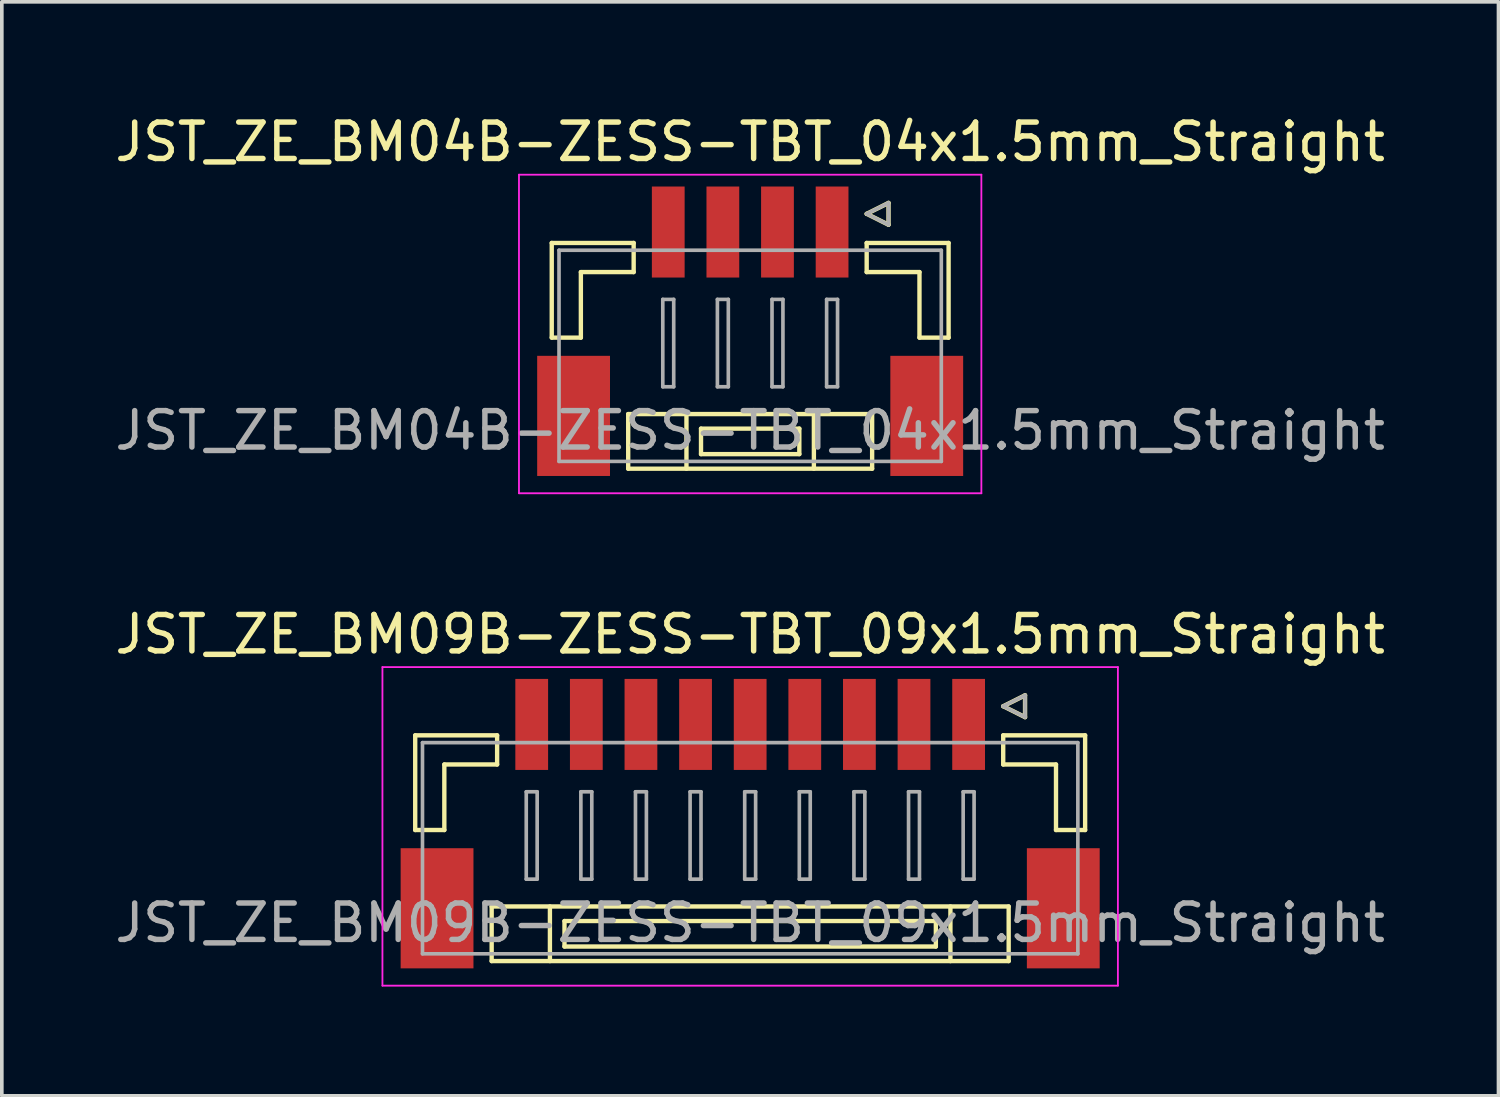
<source format=kicad_pcb>
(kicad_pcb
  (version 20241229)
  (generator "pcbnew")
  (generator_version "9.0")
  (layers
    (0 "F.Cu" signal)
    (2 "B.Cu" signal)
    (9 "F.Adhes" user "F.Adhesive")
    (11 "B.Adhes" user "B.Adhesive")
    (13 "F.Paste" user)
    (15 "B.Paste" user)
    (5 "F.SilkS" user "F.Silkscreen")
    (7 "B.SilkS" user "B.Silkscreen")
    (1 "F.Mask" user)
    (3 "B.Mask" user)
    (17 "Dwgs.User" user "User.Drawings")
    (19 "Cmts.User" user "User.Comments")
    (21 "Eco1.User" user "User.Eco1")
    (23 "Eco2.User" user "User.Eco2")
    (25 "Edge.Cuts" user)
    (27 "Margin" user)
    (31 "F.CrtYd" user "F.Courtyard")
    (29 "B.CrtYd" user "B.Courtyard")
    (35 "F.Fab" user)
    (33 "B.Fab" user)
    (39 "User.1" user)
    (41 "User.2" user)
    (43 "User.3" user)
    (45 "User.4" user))
  (footprint "JST_ZE_BM04B-ZESS-TBT_04x1.5mm_Straight"
    (layer "F.Cu")
    (at 17.554 5.848)
    (property "Reference" "JST_ZE_BM04B-ZESS-TBT_04x1.5mm_Straight" (at 0 -5 0) (layer "F.SilkS") (effects (font (size 1 1) (thickness 0.15))))
    (attr smd)
    (fp_line (start -5.45 -2.225) (end -5.45 0.375) (stroke (width 0.12) (type solid)) (layer "F.SilkS"))
    (fp_line (start -5.45 0.375) (end -4.65 0.375) (stroke (width 0.12) (type solid)) (layer "F.SilkS"))
    (fp_line (start -4.65 -1.425) (end -3.2 -1.425) (stroke (width 0.12) (type solid)) (layer "F.SilkS"))
    (fp_line (start -4.65 0.375) (end -4.65 -1.425) (stroke (width 0.12) (type solid)) (layer "F.SilkS"))
    (fp_line (start -3.35 2.475) (end -3.35 3.975) (stroke (width 0.12) (type solid)) (layer "F.SilkS"))
    (fp_line (start -3.35 3.975) (end 3.35 3.975) (stroke (width 0.12) (type solid)) (layer "F.SilkS"))
    (fp_line (start -3.2 -2.225) (end -5.45 -2.225) (stroke (width 0.12) (type solid)) (layer "F.SilkS"))
    (fp_line (start -3.2 -1.425) (end -3.2 -2.225) (stroke (width 0.12) (type solid)) (layer "F.SilkS"))
    (fp_line (start -1.75 2.475) (end -1.75 3.975) (stroke (width 0.12) (type solid)) (layer "F.SilkS"))
    (fp_line (start -1.35 2.875) (end -1.35 3.575) (stroke (width 0.12) (type solid)) (layer "F.SilkS"))
    (fp_line (start -1.35 3.575) (end 1.35 3.575) (stroke (width 0.12) (type solid)) (layer "F.SilkS"))
    (fp_line (start 1.35 2.875) (end -1.35 2.875) (stroke (width 0.12) (type solid)) (layer "F.SilkS"))
    (fp_line (start 1.35 3.575) (end 1.35 2.875) (stroke (width 0.12) (type solid)) (layer "F.SilkS"))
    (fp_line (start 1.75 2.475) (end 1.75 3.975) (stroke (width 0.12) (type solid)) (layer "F.SilkS"))
    (fp_line (start 3.2 -3.025) (end 3.8 -3.325) (stroke (width 0.12) (type solid)) (layer "F.SilkS"))
    (fp_line (start 3.2 -2.225) (end 5.45 -2.225) (stroke (width 0.12) (type solid)) (layer "F.SilkS"))
    (fp_line (start 3.2 -1.425) (end 3.2 -2.225) (stroke (width 0.12) (type solid)) (layer "F.SilkS"))
    (fp_line (start 3.35 2.475) (end -3.35 2.475) (stroke (width 0.12) (type solid)) (layer "F.SilkS"))
    (fp_line (start 3.35 3.975) (end 3.35 2.475) (stroke (width 0.12) (type solid)) (layer "F.SilkS"))
    (fp_line (start 3.8 -3.325) (end 3.8 -2.725) (stroke (width 0.12) (type solid)) (layer "F.SilkS"))
    (fp_line (start 3.8 -2.725) (end 3.2 -3.025) (stroke (width 0.12) (type solid)) (layer "F.SilkS"))
    (fp_line (start 4.65 -1.425) (end 3.2 -1.425) (stroke (width 0.12) (type solid)) (layer "F.SilkS"))
    (fp_line (start 4.65 0.375) (end 4.65 -1.425) (stroke (width 0.12) (type solid)) (layer "F.SilkS"))
    (fp_line (start 5.45 -2.225) (end 5.45 0.375) (stroke (width 0.12) (type solid)) (layer "F.SilkS"))
    (fp_line (start 5.45 0.375) (end 4.65 0.375) (stroke (width 0.12) (type solid)) (layer "F.SilkS"))
    (fp_line (start -6.35 -4.1) (end -6.35 4.65) (stroke (width 0.05) (type solid)) (layer "F.CrtYd"))
    (fp_line (start -6.35 4.65) (end 6.35 4.65) (stroke (width 0.05) (type solid)) (layer "F.CrtYd"))
    (fp_line (start 6.35 -4.1) (end -6.35 -4.1) (stroke (width 0.05) (type solid)) (layer "F.CrtYd"))
    (fp_line (start 6.35 4.65) (end 6.35 -4.1) (stroke (width 0.05) (type solid)) (layer "F.CrtYd"))
    (fp_line (start -5.25 -2.025) (end -5.25 3.775) (stroke (width 0.1) (type solid)) (layer "F.Fab"))
    (fp_line (start -5.25 3.775) (end 5.25 3.775) (stroke (width 0.1) (type solid)) (layer "F.Fab"))
    (fp_line (start -2.4 -0.675) (end -2.4 1.725) (stroke (width 0.1) (type solid)) (layer "F.Fab"))
    (fp_line (start -2.4 1.725) (end -2.1 1.725) (stroke (width 0.1) (type solid)) (layer "F.Fab"))
    (fp_line (start -2.1 -0.675) (end -2.4 -0.675) (stroke (width 0.1) (type solid)) (layer "F.Fab"))
    (fp_line (start -2.1 1.725) (end -2.1 -0.675) (stroke (width 0.1) (type solid)) (layer "F.Fab"))
    (fp_line (start -0.9 -0.675) (end -0.9 1.725) (stroke (width 0.1) (type solid)) (layer "F.Fab"))
    (fp_line (start -0.9 1.725) (end -0.6 1.725) (stroke (width 0.1) (type solid)) (layer "F.Fab"))
    (fp_line (start -0.6 -0.675) (end -0.9 -0.675) (stroke (width 0.1) (type solid)) (layer "F.Fab"))
    (fp_line (start -0.6 1.725) (end -0.6 -0.675) (stroke (width 0.1) (type solid)) (layer "F.Fab"))
    (fp_line (start 0.6 -0.675) (end 0.6 1.725) (stroke (width 0.1) (type solid)) (layer "F.Fab"))
    (fp_line (start 0.6 1.725) (end 0.9 1.725) (stroke (width 0.1) (type solid)) (layer "F.Fab"))
    (fp_line (start 0.9 -0.675) (end 0.6 -0.675) (stroke (width 0.1) (type solid)) (layer "F.Fab"))
    (fp_line (start 0.9 1.725) (end 0.9 -0.675) (stroke (width 0.1) (type solid)) (layer "F.Fab"))
    (fp_line (start 2.1 -0.675) (end 2.1 1.725) (stroke (width 0.1) (type solid)) (layer "F.Fab"))
    (fp_line (start 2.1 1.725) (end 2.4 1.725) (stroke (width 0.1) (type solid)) (layer "F.Fab"))
    (fp_line (start 2.4 -0.675) (end 2.1 -0.675) (stroke (width 0.1) (type solid)) (layer "F.Fab"))
    (fp_line (start 2.4 1.725) (end 2.4 -0.675) (stroke (width 0.1) (type solid)) (layer "F.Fab"))
    (fp_line (start 3.2 -3.025) (end 3.8 -3.325) (stroke (width 0.1) (type solid)) (layer "F.Fab"))
    (fp_line (start 3.8 -3.325) (end 3.8 -2.725) (stroke (width 0.1) (type solid)) (layer "F.Fab"))
    (fp_line (start 3.8 -2.725) (end 3.2 -3.025) (stroke (width 0.1) (type solid)) (layer "F.Fab"))
    (fp_line (start 5.25 -2.025) (end -5.25 -2.025) (stroke (width 0.1) (type solid)) (layer "F.Fab"))
    (fp_line (start 5.25 3.775) (end 5.25 -2.025) (stroke (width 0.1) (type solid)) (layer "F.Fab"))
    (fp_text user "${REFERENCE}" (at 0 2.925 0) (layer "F.Fab") (effects (font (size 1 1) (thickness 0.15))))
    (pad "" smd rect (at -4.85 2.525) (size 2 3.3) (layers "F.Cu" "F.Mask" "F.Paste"))
    (pad "" smd rect (at 4.85 2.525) (size 2 3.3) (layers "F.Cu" "F.Mask" "F.Paste"))
    (pad "1" smd rect (at 2.25 -2.525) (size 0.9 2.5) (layers "F.Cu" "F.Mask" "F.Paste"))
    (pad "2" smd rect (at 0.75 -2.525) (size 0.9 2.5) (layers "F.Cu" "F.Mask" "F.Paste"))
    (pad "3" smd rect (at -0.75 -2.525) (size 0.9 2.5) (layers "F.Cu" "F.Mask" "F.Paste"))
    (pad "4" smd rect (at -2.25 -2.525) (size 0.9 2.5) (layers "F.Cu" "F.Mask" "F.Paste")))
  (footprint "JST_ZE_BM09B-ZESS-TBT_09x1.5mm_Straight"
    (layer "F.Cu")
    (at 17.554 19.372)
    (property "Reference" "JST_ZE_BM09B-ZESS-TBT_09x1.5mm_Straight" (at 0 -5 0) (layer "F.SilkS") (effects (font (size 1 1) (thickness 0.15))))
    (attr smd)
    (fp_line (start -9.2 -2.225) (end -9.2 0.375) (stroke (width 0.12) (type solid)) (layer "F.SilkS"))
    (fp_line (start -9.2 0.375) (end -8.4 0.375) (stroke (width 0.12) (type solid)) (layer "F.SilkS"))
    (fp_line (start -8.4 -1.425) (end -6.95 -1.425) (stroke (width 0.12) (type solid)) (layer "F.SilkS"))
    (fp_line (start -8.4 0.375) (end -8.4 -1.425) (stroke (width 0.12) (type solid)) (layer "F.SilkS"))
    (fp_line (start -7.1 2.475) (end -7.1 3.975) (stroke (width 0.12) (type solid)) (layer "F.SilkS"))
    (fp_line (start -7.1 3.975) (end 7.1 3.975) (stroke (width 0.12) (type solid)) (layer "F.SilkS"))
    (fp_line (start -6.95 -2.225) (end -9.2 -2.225) (stroke (width 0.12) (type solid)) (layer "F.SilkS"))
    (fp_line (start -6.95 -1.425) (end -6.95 -2.225) (stroke (width 0.12) (type solid)) (layer "F.SilkS"))
    (fp_line (start -5.5 2.475) (end -5.5 3.975) (stroke (width 0.12) (type solid)) (layer "F.SilkS"))
    (fp_line (start -5.1 2.875) (end -5.1 3.575) (stroke (width 0.12) (type solid)) (layer "F.SilkS"))
    (fp_line (start -5.1 3.575) (end 5.1 3.575) (stroke (width 0.12) (type solid)) (layer "F.SilkS"))
    (fp_line (start 5.1 2.875) (end -5.1 2.875) (stroke (width 0.12) (type solid)) (layer "F.SilkS"))
    (fp_line (start 5.1 3.575) (end 5.1 2.875) (stroke (width 0.12) (type solid)) (layer "F.SilkS"))
    (fp_line (start 5.5 2.475) (end 5.5 3.975) (stroke (width 0.12) (type solid)) (layer "F.SilkS"))
    (fp_line (start 6.95 -3.025) (end 7.55 -3.325) (stroke (width 0.12) (type solid)) (layer "F.SilkS"))
    (fp_line (start 6.95 -2.225) (end 9.2 -2.225) (stroke (width 0.12) (type solid)) (layer "F.SilkS"))
    (fp_line (start 6.95 -1.425) (end 6.95 -2.225) (stroke (width 0.12) (type solid)) (layer "F.SilkS"))
    (fp_line (start 7.1 2.475) (end -7.1 2.475) (stroke (width 0.12) (type solid)) (layer "F.SilkS"))
    (fp_line (start 7.1 3.975) (end 7.1 2.475) (stroke (width 0.12) (type solid)) (layer "F.SilkS"))
    (fp_line (start 7.55 -3.325) (end 7.55 -2.725) (stroke (width 0.12) (type solid)) (layer "F.SilkS"))
    (fp_line (start 7.55 -2.725) (end 6.95 -3.025) (stroke (width 0.12) (type solid)) (layer "F.SilkS"))
    (fp_line (start 8.4 -1.425) (end 6.95 -1.425) (stroke (width 0.12) (type solid)) (layer "F.SilkS"))
    (fp_line (start 8.4 0.375) (end 8.4 -1.425) (stroke (width 0.12) (type solid)) (layer "F.SilkS"))
    (fp_line (start 9.2 -2.225) (end 9.2 0.375) (stroke (width 0.12) (type solid)) (layer "F.SilkS"))
    (fp_line (start 9.2 0.375) (end 8.4 0.375) (stroke (width 0.12) (type solid)) (layer "F.SilkS"))
    (fp_line (start -10.1 -4.1) (end -10.1 4.65) (stroke (width 0.05) (type solid)) (layer "F.CrtYd"))
    (fp_line (start -10.1 4.65) (end 10.1 4.65) (stroke (width 0.05) (type solid)) (layer "F.CrtYd"))
    (fp_line (start 10.1 -4.1) (end -10.1 -4.1) (stroke (width 0.05) (type solid)) (layer "F.CrtYd"))
    (fp_line (start 10.1 4.65) (end 10.1 -4.1) (stroke (width 0.05) (type solid)) (layer "F.CrtYd"))
    (fp_line (start -9 -2.025) (end -9 3.775) (stroke (width 0.1) (type solid)) (layer "F.Fab"))
    (fp_line (start -9 3.775) (end 9 3.775) (stroke (width 0.1) (type solid)) (layer "F.Fab"))
    (fp_line (start -6.15 -0.675) (end -6.15 1.725) (stroke (width 0.1) (type solid)) (layer "F.Fab"))
    (fp_line (start -6.15 1.725) (end -5.85 1.725) (stroke (width 0.1) (type solid)) (layer "F.Fab"))
    (fp_line (start -5.85 -0.675) (end -6.15 -0.675) (stroke (width 0.1) (type solid)) (layer "F.Fab"))
    (fp_line (start -5.85 1.725) (end -5.85 -0.675) (stroke (width 0.1) (type solid)) (layer "F.Fab"))
    (fp_line (start -4.65 -0.675) (end -4.65 1.725) (stroke (width 0.1) (type solid)) (layer "F.Fab"))
    (fp_line (start -4.65 1.725) (end -4.35 1.725) (stroke (width 0.1) (type solid)) (layer "F.Fab"))
    (fp_line (start -4.35 -0.675) (end -4.65 -0.675) (stroke (width 0.1) (type solid)) (layer "F.Fab"))
    (fp_line (start -4.35 1.725) (end -4.35 -0.675) (stroke (width 0.1) (type solid)) (layer "F.Fab"))
    (fp_line (start -3.15 -0.675) (end -3.15 1.725) (stroke (width 0.1) (type solid)) (layer "F.Fab"))
    (fp_line (start -3.15 1.725) (end -2.85 1.725) (stroke (width 0.1) (type solid)) (layer "F.Fab"))
    (fp_line (start -2.85 -0.675) (end -3.15 -0.675) (stroke (width 0.1) (type solid)) (layer "F.Fab"))
    (fp_line (start -2.85 1.725) (end -2.85 -0.675) (stroke (width 0.1) (type solid)) (layer "F.Fab"))
    (fp_line (start -1.65 -0.675) (end -1.65 1.725) (stroke (width 0.1) (type solid)) (layer "F.Fab"))
    (fp_line (start -1.65 1.725) (end -1.35 1.725) (stroke (width 0.1) (type solid)) (layer "F.Fab"))
    (fp_line (start -1.35 -0.675) (end -1.65 -0.675) (stroke (width 0.1) (type solid)) (layer "F.Fab"))
    (fp_line (start -1.35 1.725) (end -1.35 -0.675) (stroke (width 0.1) (type solid)) (layer "F.Fab"))
    (fp_line (start -0.15 -0.675) (end -0.15 1.725) (stroke (width 0.1) (type solid)) (layer "F.Fab"))
    (fp_line (start -0.15 1.725) (end 0.15 1.725) (stroke (width 0.1) (type solid)) (layer "F.Fab"))
    (fp_line (start 0.15 -0.675) (end -0.15 -0.675) (stroke (width 0.1) (type solid)) (layer "F.Fab"))
    (fp_line (start 0.15 1.725) (end 0.15 -0.675) (stroke (width 0.1) (type solid)) (layer "F.Fab"))
    (fp_line (start 1.35 -0.675) (end 1.35 1.725) (stroke (width 0.1) (type solid)) (layer "F.Fab"))
    (fp_line (start 1.35 1.725) (end 1.65 1.725) (stroke (width 0.1) (type solid)) (layer "F.Fab"))
    (fp_line (start 1.65 -0.675) (end 1.35 -0.675) (stroke (width 0.1) (type solid)) (layer "F.Fab"))
    (fp_line (start 1.65 1.725) (end 1.65 -0.675) (stroke (width 0.1) (type solid)) (layer "F.Fab"))
    (fp_line (start 2.85 -0.675) (end 2.85 1.725) (stroke (width 0.1) (type solid)) (layer "F.Fab"))
    (fp_line (start 2.85 1.725) (end 3.15 1.725) (stroke (width 0.1) (type solid)) (layer "F.Fab"))
    (fp_line (start 3.15 -0.675) (end 2.85 -0.675) (stroke (width 0.1) (type solid)) (layer "F.Fab"))
    (fp_line (start 3.15 1.725) (end 3.15 -0.675) (stroke (width 0.1) (type solid)) (layer "F.Fab"))
    (fp_line (start 4.35 -0.675) (end 4.35 1.725) (stroke (width 0.1) (type solid)) (layer "F.Fab"))
    (fp_line (start 4.35 1.725) (end 4.65 1.725) (stroke (width 0.1) (type solid)) (layer "F.Fab"))
    (fp_line (start 4.65 -0.675) (end 4.35 -0.675) (stroke (width 0.1) (type solid)) (layer "F.Fab"))
    (fp_line (start 4.65 1.725) (end 4.65 -0.675) (stroke (width 0.1) (type solid)) (layer "F.Fab"))
    (fp_line (start 5.85 -0.675) (end 5.85 1.725) (stroke (width 0.1) (type solid)) (layer "F.Fab"))
    (fp_line (start 5.85 1.725) (end 6.15 1.725) (stroke (width 0.1) (type solid)) (layer "F.Fab"))
    (fp_line (start 6.15 -0.675) (end 5.85 -0.675) (stroke (width 0.1) (type solid)) (layer "F.Fab"))
    (fp_line (start 6.15 1.725) (end 6.15 -0.675) (stroke (width 0.1) (type solid)) (layer "F.Fab"))
    (fp_line (start 6.95 -3.025) (end 7.55 -3.325) (stroke (width 0.1) (type solid)) (layer "F.Fab"))
    (fp_line (start 7.55 -3.325) (end 7.55 -2.725) (stroke (width 0.1) (type solid)) (layer "F.Fab"))
    (fp_line (start 7.55 -2.725) (end 6.95 -3.025) (stroke (width 0.1) (type solid)) (layer "F.Fab"))
    (fp_line (start 9 -2.025) (end -9 -2.025) (stroke (width 0.1) (type solid)) (layer "F.Fab"))
    (fp_line (start 9 3.775) (end 9 -2.025) (stroke (width 0.1) (type solid)) (layer "F.Fab"))
    (fp_text user "${REFERENCE}" (at 0 2.925 0) (layer "F.Fab") (effects (font (size 1 1) (thickness 0.15))))
    (pad "" smd rect (at -8.6 2.525) (size 2 3.3) (layers "F.Cu" "F.Mask" "F.Paste"))
    (pad "" smd rect (at 8.6 2.525) (size 2 3.3) (layers "F.Cu" "F.Mask" "F.Paste"))
    (pad "1" smd rect (at 6 -2.525) (size 0.9 2.5) (layers "F.Cu" "F.Mask" "F.Paste"))
    (pad "2" smd rect (at 4.5 -2.525) (size 0.9 2.5) (layers "F.Cu" "F.Mask" "F.Paste"))
    (pad "3" smd rect (at 3 -2.525) (size 0.9 2.5) (layers "F.Cu" "F.Mask" "F.Paste"))
    (pad "4" smd rect (at 1.5 -2.525) (size 0.9 2.5) (layers "F.Cu" "F.Mask" "F.Paste"))
    (pad "5" smd rect (at 0 -2.525) (size 0.9 2.5) (layers "F.Cu" "F.Mask" "F.Paste"))
    (pad "6" smd rect (at -1.5 -2.525) (size 0.9 2.5) (layers "F.Cu" "F.Mask" "F.Paste"))
    (pad "7" smd rect (at -3 -2.525) (size 0.9 2.5) (layers "F.Cu" "F.Mask" "F.Paste"))
    (pad "8" smd rect (at -4.5 -2.525) (size 0.9 2.5) (layers "F.Cu" "F.Mask" "F.Paste"))
    (pad "9" smd rect (at -6 -2.525) (size 0.9 2.5) (layers "F.Cu" "F.Mask" "F.Paste")))
  (gr_rect
    (start -3 -3)
    (end 38.107 27.047)
    (stroke (width 0.1) (type default))
    (fill no)
    (layer "Edge.Cuts")))
</source>
